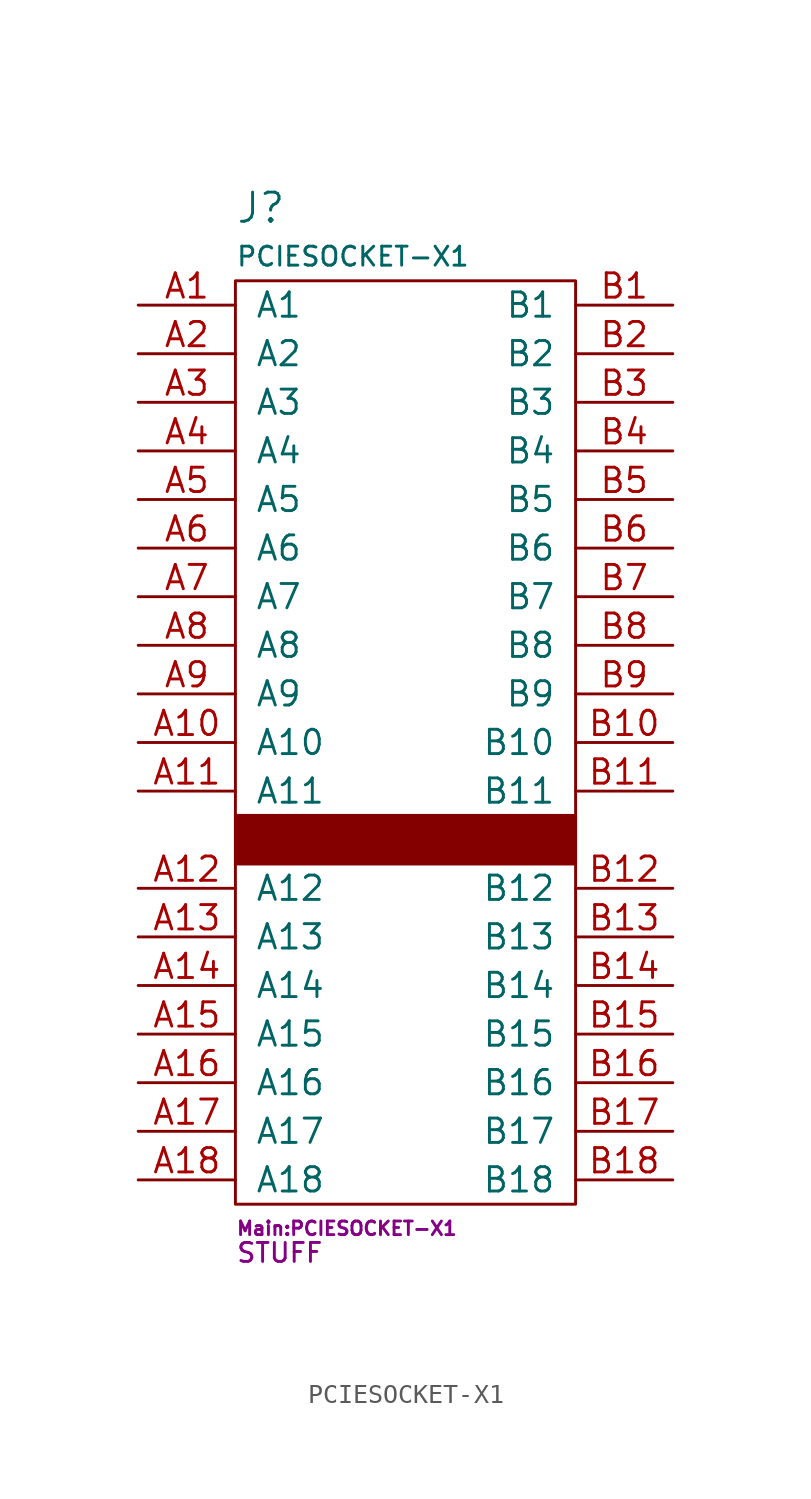
<source format=kicad_sym>
(kicad_symbol_lib
  (version 20211014)
  (generator kicad_symbol_editor)
  (symbol "PCIESOCKET-X1"
    (pin_names
      (offset 1.016))
    (property "Reference" "J"
      (at -8.89 33.02 0)
      (effects (font (size 1.524 1.524)) (justify left)))
    (property "Value" "PCIESOCKET-X1"
      (at -8.89 30.48 0)
      (effects (font (size 0.991 0.991)) (justify left)))
    (property "Footprint" "Main:PCIESOCKET-X1"
      (at -8.89 -20.32 0)
      (effects (font (size 0.711 0.711)) (justify left)))
    (property "Datasheet" ""
      (at -1.27 -2.54 0)
      (effects (font (size 1.524 1.524))))
    (property "SKU" "STUFF"
      (at -8.89 -21.59 0)
      (effects (font (size 0.991 0.991)) (justify left)))
    (symbol "PCIESOCKET-X1_0_1"
      (rectangle (start -8.89 1.27) (end 8.89 -1.27) (stroke (width 0) (type default) (color 0 0 0 0)) (fill (type outline)))
      (rectangle (start -8.89 29.21) (end 8.89 -19.05) (stroke (width 0) (type default) (color 0 0 0 0)) (fill (type none))))
    (symbol "PCIESOCKET-X1_1_1"
      (pin bidirectional line (at -13.97 27.94 0) (length 5.08) (name "A1" (effects (font (size 1.27 1.27)))) (number "A1" (effects (font (size 1.27 1.27)))))
      (pin bidirectional line (at -13.97 5.08 0) (length 5.08) (name "A10" (effects (font (size 1.27 1.27)))) (number "A10" (effects (font (size 1.27 1.27)))))
      (pin bidirectional line (at -13.97 2.54 0) (length 5.08) (name "A11" (effects (font (size 1.27 1.27)))) (number "A11" (effects (font (size 1.27 1.27)))))
      (pin bidirectional line (at -13.97 -2.54 0) (length 5.08) (name "A12" (effects (font (size 1.27 1.27)))) (number "A12" (effects (font (size 1.27 1.27)))))
      (pin bidirectional line (at -13.97 -5.08 0) (length 5.08) (name "A13" (effects (font (size 1.27 1.27)))) (number "A13" (effects (font (size 1.27 1.27)))))
      (pin bidirectional line (at -13.97 -7.62 0) (length 5.08) (name "A14" (effects (font (size 1.27 1.27)))) (number "A14" (effects (font (size 1.27 1.27)))))
      (pin bidirectional line (at -13.97 -10.16 0) (length 5.08) (name "A15" (effects (font (size 1.27 1.27)))) (number "A15" (effects (font (size 1.27 1.27)))))
      (pin bidirectional line (at -13.97 -12.7 0) (length 5.08) (name "A16" (effects (font (size 1.27 1.27)))) (number "A16" (effects (font (size 1.27 1.27)))))
      (pin bidirectional line (at -13.97 -15.24 0) (length 5.08) (name "A17" (effects (font (size 1.27 1.27)))) (number "A17" (effects (font (size 1.27 1.27)))))
      (pin bidirectional line (at -13.97 -17.78 0) (length 5.08) (name "A18" (effects (font (size 1.27 1.27)))) (number "A18" (effects (font (size 1.27 1.27)))))
      (pin bidirectional line (at -13.97 25.4 0) (length 5.08) (name "A2" (effects (font (size 1.27 1.27)))) (number "A2" (effects (font (size 1.27 1.27)))))
      (pin bidirectional line (at -13.97 22.86 0) (length 5.08) (name "A3" (effects (font (size 1.27 1.27)))) (number "A3" (effects (font (size 1.27 1.27)))))
      (pin bidirectional line (at -13.97 20.32 0) (length 5.08) (name "A4" (effects (font (size 1.27 1.27)))) (number "A4" (effects (font (size 1.27 1.27)))))
      (pin bidirectional line (at -13.97 17.78 0) (length 5.08) (name "A5" (effects (font (size 1.27 1.27)))) (number "A5" (effects (font (size 1.27 1.27)))))
      (pin bidirectional line (at -13.97 15.24 0) (length 5.08) (name "A6" (effects (font (size 1.27 1.27)))) (number "A6" (effects (font (size 1.27 1.27)))))
      (pin bidirectional line (at -13.97 12.7 0) (length 5.08) (name "A7" (effects (font (size 1.27 1.27)))) (number "A7" (effects (font (size 1.27 1.27)))))
      (pin bidirectional line (at -13.97 10.16 0) (length 5.08) (name "A8" (effects (font (size 1.27 1.27)))) (number "A8" (effects (font (size 1.27 1.27)))))
      (pin bidirectional line (at -13.97 7.62 0) (length 5.08) (name "A9" (effects (font (size 1.27 1.27)))) (number "A9" (effects (font (size 1.27 1.27)))))
      (pin bidirectional line (at 13.97 27.94 180) (length 5.08) (name "B1" (effects (font (size 1.27 1.27)))) (number "B1" (effects (font (size 1.27 1.27)))))
      (pin bidirectional line (at 13.97 5.08 180) (length 5.08) (name "B10" (effects (font (size 1.27 1.27)))) (number "B10" (effects (font (size 1.27 1.27)))))
      (pin bidirectional line (at 13.97 2.54 180) (length 5.08) (name "B11" (effects (font (size 1.27 1.27)))) (number "B11" (effects (font (size 1.27 1.27)))))
      (pin bidirectional line (at 13.97 -2.54 180) (length 5.08) (name "B12" (effects (font (size 1.27 1.27)))) (number "B12" (effects (font (size 1.27 1.27)))))
      (pin bidirectional line (at 13.97 -5.08 180) (length 5.08) (name "B13" (effects (font (size 1.27 1.27)))) (number "B13" (effects (font (size 1.27 1.27)))))
      (pin bidirectional line (at 13.97 -7.62 180) (length 5.08) (name "B14" (effects (font (size 1.27 1.27)))) (number "B14" (effects (font (size 1.27 1.27)))))
      (pin bidirectional line (at 13.97 -10.16 180) (length 5.08) (name "B15" (effects (font (size 1.27 1.27)))) (number "B15" (effects (font (size 1.27 1.27)))))
      (pin bidirectional line (at 13.97 -12.7 180) (length 5.08) (name "B16" (effects (font (size 1.27 1.27)))) (number "B16" (effects (font (size 1.27 1.27)))))
      (pin bidirectional line (at 13.97 -15.24 180) (length 5.08) (name "B17" (effects (font (size 1.27 1.27)))) (number "B17" (effects (font (size 1.27 1.27)))))
      (pin bidirectional line (at 13.97 -17.78 180) (length 5.08) (name "B18" (effects (font (size 1.27 1.27)))) (number "B18" (effects (font (size 1.27 1.27)))))
      (pin bidirectional line (at 13.97 25.4 180) (length 5.08) (name "B2" (effects (font (size 1.27 1.27)))) (number "B2" (effects (font (size 1.27 1.27)))))
      (pin bidirectional line (at 13.97 22.86 180) (length 5.08) (name "B3" (effects (font (size 1.27 1.27)))) (number "B3" (effects (font (size 1.27 1.27)))))
      (pin bidirectional line (at 13.97 20.32 180) (length 5.08) (name "B4" (effects (font (size 1.27 1.27)))) (number "B4" (effects (font (size 1.27 1.27)))))
      (pin bidirectional line (at 13.97 17.78 180) (length 5.08) (name "B5" (effects (font (size 1.27 1.27)))) (number "B5" (effects (font (size 1.27 1.27)))))
      (pin bidirectional line (at 13.97 15.24 180) (length 5.08) (name "B6" (effects (font (size 1.27 1.27)))) (number "B6" (effects (font (size 1.27 1.27)))))
      (pin bidirectional line (at 13.97 12.7 180) (length 5.08) (name "B7" (effects (font (size 1.27 1.27)))) (number "B7" (effects (font (size 1.27 1.27)))))
      (pin bidirectional line (at 13.97 10.16 180) (length 5.08) (name "B8" (effects (font (size 1.27 1.27)))) (number "B8" (effects (font (size 1.27 1.27)))))
      (pin bidirectional line (at 13.97 7.62 180) (length 5.08) (name "B9" (effects (font (size 1.27 1.27)))) (number "B9" (effects (font (size 1.27 1.27))))))))
</source>
